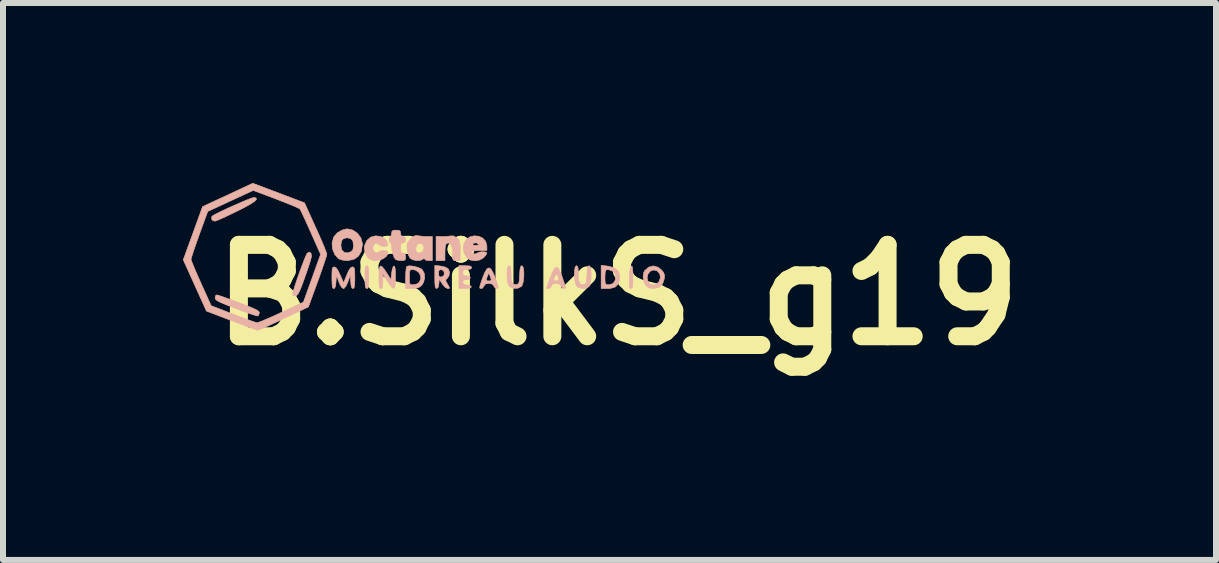
<source format=kicad_pcb>
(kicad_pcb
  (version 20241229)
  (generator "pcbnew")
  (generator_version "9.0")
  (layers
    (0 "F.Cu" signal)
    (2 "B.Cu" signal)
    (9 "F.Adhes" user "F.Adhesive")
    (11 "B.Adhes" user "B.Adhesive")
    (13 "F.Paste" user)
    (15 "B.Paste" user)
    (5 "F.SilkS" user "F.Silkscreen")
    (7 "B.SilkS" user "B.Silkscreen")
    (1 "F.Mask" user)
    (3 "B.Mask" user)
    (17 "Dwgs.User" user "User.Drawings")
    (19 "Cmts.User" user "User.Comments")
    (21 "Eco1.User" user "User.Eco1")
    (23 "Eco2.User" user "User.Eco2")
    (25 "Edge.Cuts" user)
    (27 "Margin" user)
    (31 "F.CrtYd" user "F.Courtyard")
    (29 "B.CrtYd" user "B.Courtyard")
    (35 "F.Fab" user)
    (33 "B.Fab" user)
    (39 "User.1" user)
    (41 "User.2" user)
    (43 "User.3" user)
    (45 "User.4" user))
  (footprint "B.SilkS_g19"
    (layer "F.Cu")
    (at 7.246 1.866)
    (property "Reference" "B.SilkS_g19" (at 0 0 0) (layer "F.SilkS") (effects (font (size 1.524 1.524) (thickness 0.3))))
    (attr through_hole)
    (fp_poly (pts (xy 0.241 -0.475) (xy 0.249 -0.44) (xy 0.253 -0.373) (xy 0.254 -0.298) (xy 0.253 -0.205) (xy 0.249 -0.147) (xy 0.24 -0.116) (xy 0.226 -0.106) (xy 0.221 -0.106) (xy 0.206 -0.112) (xy 0.197 -0.136) (xy 0.193 -0.186) (xy 0.194 -0.268) (xy 0.195 -0.289) (xy 0.201 -0.395) (xy 0.213 -0.458) (xy 0.228 -0.482) (xy 0.241 -0.475)) (stroke (width 0.01) (type solid)) (fill yes) (layer "B.SilkS"))
    (fp_poly (pts (xy -4.165 -0.479) (xy -4.155 -0.452) (xy -4.15 -0.398) (xy -4.149 -0.31) (xy -4.149 -0.296) (xy -4.15 -0.203) (xy -4.154 -0.146) (xy -4.163 -0.115) (xy -4.178 -0.106) (xy -4.18 -0.106) (xy -4.196 -0.113) (xy -4.206 -0.14) (xy -4.211 -0.194) (xy -4.212 -0.282) (xy -4.212 -0.296) (xy -4.211 -0.389) (xy -4.206 -0.447) (xy -4.197 -0.477) (xy -4.183 -0.487) (xy -4.18 -0.487) (xy -4.165 -0.479)) (stroke (width 0.01) (type solid)) (fill yes) (layer "B.SilkS"))
    (fp_poly (pts (xy -6.025 -1.613) (xy -6.022 -1.592) (xy -6.051 -1.561) (xy -6.114 -1.518) (xy -6.212 -1.463) (xy -6.348 -1.394) (xy -6.35 -1.393) (xy -6.46 -1.34) (xy -6.559 -1.293) (xy -6.639 -1.258) (xy -6.695 -1.235) (xy -6.716 -1.229) (xy -6.754 -1.244) (xy -6.766 -1.261) (xy -6.768 -1.299) (xy -6.76 -1.312) (xy -6.73 -1.332) (xy -6.67 -1.363) (xy -6.588 -1.403) (xy -6.492 -1.448) (xy -6.389 -1.494) (xy -6.288 -1.538) (xy -6.197 -1.577) (xy -6.122 -1.606) (xy -6.073 -1.623) (xy -6.058 -1.626) (xy -6.025 -1.613)) (stroke (width 0.01) (type solid)) (fill yes) (layer "B.SilkS"))
    (fp_poly (pts (xy -5.112 -0.696) (xy -5.103 -0.65) (xy -5.11 -0.614) (xy -5.129 -0.547) (xy -5.158 -0.457) (xy -5.194 -0.351) (xy -5.214 -0.296) (xy -5.257 -0.177) (xy -5.29 -0.092) (xy -5.316 -0.036) (xy -5.338 -0.003) (xy -5.357 0.013) (xy -5.371 0.017) (xy -5.41 0.012) (xy -5.419 -0.011) (xy -5.412 -0.047) (xy -5.392 -0.112) (xy -5.364 -0.2) (xy -5.33 -0.3) (xy -5.293 -0.404) (xy -5.255 -0.505) (xy -5.222 -0.592) (xy -5.194 -0.658) (xy -5.176 -0.693) (xy -5.174 -0.696) (xy -5.14 -0.714) (xy -5.112 -0.696)) (stroke (width 0.01) (type solid)) (fill yes) (layer "B.SilkS"))
    (fp_poly (pts (xy -6.656 0.007) (xy -6.596 0.026) (xy -6.51 0.057) (xy -6.406 0.095) (xy -6.312 0.13) (xy -6.186 0.178) (xy -6.095 0.215) (xy -6.033 0.243) (xy -5.995 0.265) (xy -5.977 0.283) (xy -5.973 0.3) (xy -5.973 0.303) (xy -5.988 0.341) (xy -6.001 0.352) (xy -6.027 0.346) (xy -6.085 0.328) (xy -6.169 0.299) (xy -6.272 0.262) (xy -6.366 0.226) (xy -6.491 0.178) (xy -6.583 0.141) (xy -6.645 0.113) (xy -6.683 0.091) (xy -6.703 0.072) (xy -6.71 0.053) (xy -6.71 0.048) (xy -6.7 0.01) (xy -6.683 -0.000464) (xy -6.656 0.007)) (stroke (width 0.01) (type solid)) (fill yes) (layer "B.SilkS"))
    (fp_poly (pts (xy -2.682 -0.952) (xy -2.653 -0.926) (xy -2.636 -0.898) (xy -2.628 -0.855) (xy -2.625 -0.788) (xy -2.625 -0.739) (xy -2.625 -0.572) (xy -2.688 -0.572) (xy -2.724 -0.573) (xy -2.743 -0.585) (xy -2.75 -0.617) (xy -2.752 -0.68) (xy -2.752 -0.696) (xy -2.76 -0.79) (xy -2.783 -0.847) (xy -2.822 -0.865) (xy -2.847 -0.86) (xy -2.865 -0.841) (xy -2.875 -0.796) (xy -2.879 -0.718) (xy -2.879 -0.71) (xy -2.879 -0.572) (xy -3.027 -0.572) (xy -3.027 -0.976) (xy -2.937 -0.972) (xy -2.866 -0.973) (xy -2.804 -0.98) (xy -2.793 -0.983) (xy -2.736 -0.983) (xy -2.682 -0.952)) (stroke (width 0.01) (type solid)) (fill yes) (layer "B.SilkS"))
    (fp_poly (pts (xy -2.473 -0.483) (xy -2.441 -0.472) (xy -2.434 -0.455) (xy -2.45 -0.432) (xy -2.502 -0.423) (xy -2.508 -0.423) (xy -2.558 -0.419) (xy -2.579 -0.402) (xy -2.582 -0.37) (xy -2.575 -0.333) (xy -2.546 -0.319) (xy -2.519 -0.318) (xy -2.468 -0.308) (xy -2.455 -0.286) (xy -2.474 -0.261) (xy -2.519 -0.254) (xy -2.566 -0.247) (xy -2.582 -0.222) (xy -2.582 -0.213) (xy -2.57 -0.182) (xy -2.527 -0.167) (xy -2.515 -0.165) (xy -2.457 -0.153) (xy -2.437 -0.135) (xy -2.453 -0.118) (xy -2.504 -0.107) (xy -2.538 -0.106) (xy -2.646 -0.106) (xy -2.646 -0.487) (xy -2.54 -0.487) (xy -2.473 -0.483)) (stroke (width 0.01) (type solid)) (fill yes) (layer "B.SilkS"))
    (fp_poly (pts (xy -0.164 -0.48) (xy -0.062 -0.454) (xy 0.004 -0.406) (xy 0.035 -0.335) (xy 0.035 -0.266) (xy 0.011 -0.184) (xy -0.039 -0.133) (xy -0.119 -0.109) (xy -0.172 -0.106) (xy -0.275 -0.106) (xy -0.275 -0.296) (xy -0.212 -0.296) (xy -0.211 -0.226) (xy -0.205 -0.188) (xy -0.189 -0.173) (xy -0.159 -0.169) (xy -0.149 -0.169) (xy -0.085 -0.186) (xy -0.051 -0.222) (xy -0.028 -0.288) (xy -0.039 -0.35) (xy -0.081 -0.395) (xy -0.097 -0.403) (xy -0.156 -0.422) (xy -0.191 -0.418) (xy -0.207 -0.386) (xy -0.212 -0.319) (xy -0.212 -0.296) (xy -0.275 -0.296) (xy -0.275 -0.493) (xy -0.164 -0.48)) (stroke (width 0.01) (type solid)) (fill yes) (layer "B.SilkS"))
    (fp_poly (pts (xy -3.923 -0.467) (xy -3.882 -0.415) (xy -3.852 -0.37) (xy -3.778 -0.254) (xy -3.768 -0.364) (xy -3.757 -0.427) (xy -3.741 -0.471) (xy -3.731 -0.482) (xy -3.717 -0.475) (xy -3.709 -0.44) (xy -3.705 -0.373) (xy -3.704 -0.298) (xy -3.707 -0.194) (xy -3.716 -0.131) (xy -3.734 -0.108) (xy -3.763 -0.124) (xy -3.805 -0.177) (xy -3.838 -0.228) (xy -3.914 -0.349) (xy -3.915 -0.228) (xy -3.918 -0.155) (xy -3.928 -0.118) (xy -3.946 -0.106) (xy -3.948 -0.106) (xy -3.963 -0.113) (xy -3.973 -0.14) (xy -3.978 -0.194) (xy -3.979 -0.282) (xy -3.979 -0.296) (xy -3.977 -0.399) (xy -3.968 -0.461) (xy -3.951 -0.483) (xy -3.923 -0.467)) (stroke (width 0.01) (type solid)) (fill yes) (layer "B.SilkS"))
    (fp_poly (pts (xy -3.945 -0.973) (xy -3.874 -0.932) (xy -3.836 -0.872) (xy -3.831 -0.837) (xy -3.848 -0.812) (xy -3.889 -0.805) (xy -3.939 -0.814) (xy -3.983 -0.839) (xy -4.017 -0.862) (xy -4.047 -0.852) (xy -4.054 -0.846) (xy -4.08 -0.804) (xy -4.079 -0.754) (xy -4.055 -0.715) (xy -4.027 -0.702) (xy -3.99 -0.705) (xy -3.979 -0.718) (xy -3.961 -0.733) (xy -3.915 -0.741) (xy -3.905 -0.741) (xy -3.854 -0.736) (xy -3.833 -0.717) (xy -3.831 -0.7) (xy -3.85 -0.649) (xy -3.9 -0.608) (xy -3.968 -0.581) (xy -4.043 -0.572) (xy -4.114 -0.586) (xy -4.135 -0.595) (xy -4.178 -0.64) (xy -4.21 -0.708) (xy -4.224 -0.782) (xy -4.22 -0.82) (xy -4.181 -0.907) (xy -4.116 -0.963) (xy -4.032 -0.985) (xy -3.945 -0.973)) (stroke (width 0.01) (type solid)) (fill yes) (layer "B.SilkS"))
    (fp_poly (pts (xy -1.578 -0.468) (xy -1.567 -0.419) (xy -1.563 -0.352) (xy -1.566 -0.279) (xy -1.576 -0.21) (xy -1.593 -0.158) (xy -1.605 -0.141) (xy -1.663 -0.112) (xy -1.732 -0.109) (xy -1.792 -0.132) (xy -1.806 -0.145) (xy -1.826 -0.184) (xy -1.838 -0.247) (xy -1.844 -0.319) (xy -1.843 -0.391) (xy -1.834 -0.449) (xy -1.819 -0.483) (xy -1.81 -0.487) (xy -1.792 -0.477) (xy -1.782 -0.443) (xy -1.778 -0.377) (xy -1.778 -0.355) (xy -1.774 -0.262) (xy -1.761 -0.204) (xy -1.736 -0.177) (xy -1.697 -0.172) (xy -1.691 -0.173) (xy -1.665 -0.18) (xy -1.649 -0.197) (xy -1.64 -0.235) (xy -1.636 -0.302) (xy -1.634 -0.333) (xy -1.629 -0.417) (xy -1.619 -0.465) (xy -1.605 -0.485) (xy -1.597 -0.487) (xy -1.578 -0.468)) (stroke (width 0.01) (type solid)) (fill yes) (layer "B.SilkS"))
    (fp_poly (pts (xy -0.458 -0.468) (xy -0.447 -0.419) (xy -0.442 -0.352) (xy -0.444 -0.278) (xy -0.452 -0.209) (xy -0.467 -0.157) (xy -0.478 -0.139) (xy -0.532 -0.11) (xy -0.599 -0.107) (xy -0.66 -0.128) (xy -0.687 -0.153) (xy -0.705 -0.198) (xy -0.717 -0.263) (xy -0.722 -0.337) (xy -0.719 -0.406) (xy -0.709 -0.46) (xy -0.692 -0.486) (xy -0.688 -0.487) (xy -0.67 -0.477) (xy -0.66 -0.443) (xy -0.656 -0.377) (xy -0.656 -0.355) (xy -0.652 -0.262) (xy -0.639 -0.204) (xy -0.615 -0.177) (xy -0.575 -0.172) (xy -0.569 -0.173) (xy -0.543 -0.18) (xy -0.527 -0.197) (xy -0.519 -0.235) (xy -0.514 -0.302) (xy -0.512 -0.333) (xy -0.507 -0.417) (xy -0.498 -0.465) (xy -0.483 -0.485) (xy -0.475 -0.487) (xy -0.458 -0.468)) (stroke (width 0.01) (type solid)) (fill yes) (layer "B.SilkS"))
    (fp_poly (pts (xy 0.671 -0.462) (xy 0.724 -0.422) (xy 0.765 -0.375) (xy 0.78 -0.332) (xy 0.777 -0.271) (xy 0.777 -0.269) (xy 0.749 -0.183) (xy 0.695 -0.129) (xy 0.613 -0.107) (xy 0.592 -0.106) (xy 0.525 -0.115) (xy 0.478 -0.149) (xy 0.467 -0.162) (xy 0.436 -0.227) (xy 0.427 -0.289) (xy 0.491 -0.289) (xy 0.505 -0.221) (xy 0.505 -0.221) (xy 0.543 -0.179) (xy 0.597 -0.167) (xy 0.653 -0.186) (xy 0.69 -0.222) (xy 0.713 -0.288) (xy 0.702 -0.352) (xy 0.659 -0.4) (xy 0.653 -0.404) (xy 0.594 -0.416) (xy 0.543 -0.395) (xy 0.506 -0.35) (xy 0.491 -0.289) (xy 0.427 -0.289) (xy 0.424 -0.304) (xy 0.435 -0.375) (xy 0.45 -0.404) (xy 0.518 -0.463) (xy 0.594 -0.483) (xy 0.671 -0.462)) (stroke (width 0.01) (type solid)) (fill yes) (layer "B.SilkS"))
    (fp_poly (pts (xy -3.405 -0.478) (xy -3.336 -0.461) (xy -3.279 -0.437) (xy -3.258 -0.422) (xy -3.224 -0.36) (xy -3.217 -0.283) (xy -3.236 -0.207) (xy -3.269 -0.158) (xy -3.314 -0.124) (xy -3.368 -0.109) (xy -3.428 -0.106) (xy -3.535 -0.106) (xy -3.535 -0.285) (xy -3.534 -0.296) (xy -3.471 -0.296) (xy -3.47 -0.226) (xy -3.465 -0.188) (xy -3.449 -0.173) (xy -3.418 -0.169) (xy -3.409 -0.169) (xy -3.352 -0.18) (xy -3.314 -0.203) (xy -3.282 -0.259) (xy -3.285 -0.32) (xy -3.315 -0.375) (xy -3.369 -0.413) (xy -3.423 -0.423) (xy -3.45 -0.42) (xy -3.464 -0.403) (xy -3.47 -0.363) (xy -3.471 -0.296) (xy -3.534 -0.296) (xy -3.532 -0.374) (xy -3.525 -0.44) (xy -3.515 -0.475) (xy -3.512 -0.477) (xy -3.47 -0.485) (xy -3.405 -0.478)) (stroke (width 0.01) (type solid)) (fill yes) (layer "B.SilkS"))
    (fp_poly (pts (xy -3.643 -1.076) (xy -3.623 -1.058) (xy -3.619 -1.027) (xy -3.61 -0.985) (xy -3.577 -0.974) (xy -3.544 -0.961) (xy -3.535 -0.921) (xy -3.545 -0.879) (xy -3.577 -0.868) (xy -3.605 -0.861) (xy -3.617 -0.832) (xy -3.619 -0.783) (xy -3.616 -0.728) (xy -3.602 -0.703) (xy -3.577 -0.699) (xy -3.546 -0.689) (xy -3.535 -0.651) (xy -3.535 -0.635) (xy -3.539 -0.591) (xy -3.562 -0.574) (xy -3.604 -0.572) (xy -3.66 -0.577) (xy -3.699 -0.589) (xy -3.699 -0.589) (xy -3.725 -0.624) (xy -3.748 -0.686) (xy -3.764 -0.759) (xy -3.768 -0.809) (xy -3.774 -0.852) (xy -3.789 -0.868) (xy -3.805 -0.886) (xy -3.81 -0.921) (xy -3.803 -0.961) (xy -3.789 -0.974) (xy -3.773 -0.992) (xy -3.768 -1.027) (xy -3.762 -1.062) (xy -3.737 -1.077) (xy -3.694 -1.079) (xy -3.643 -1.076)) (stroke (width 0.01) (type solid)) (fill yes) (layer "B.SilkS"))
    (fp_poly (pts (xy -4.416 -1.081) (xy -4.338 -1.028) (xy -4.281 -0.951) (xy -4.255 -0.857) (xy -4.255 -0.837) (xy -4.272 -0.729) (xy -4.321 -0.646) (xy -4.398 -0.593) (xy -4.499 -0.572) (xy -4.508 -0.572) (xy -4.579 -0.579) (xy -4.638 -0.597) (xy -4.652 -0.605) (xy -4.715 -0.673) (xy -4.752 -0.763) (xy -4.757 -0.822) (xy -4.614 -0.822) (xy -4.599 -0.75) (xy -4.558 -0.708) (xy -4.497 -0.701) (xy -4.444 -0.72) (xy -4.413 -0.754) (xy -4.403 -0.815) (xy -4.403 -0.822) (xy -4.413 -0.897) (xy -4.447 -0.939) (xy -4.507 -0.952) (xy -4.508 -0.953) (xy -4.57 -0.94) (xy -4.604 -0.898) (xy -4.614 -0.823) (xy -4.614 -0.822) (xy -4.757 -0.822) (xy -4.761 -0.862) (xy -4.737 -0.955) (xy -4.726 -0.975) (xy -4.671 -1.036) (xy -4.593 -1.081) (xy -4.513 -1.101) (xy -4.508 -1.101) (xy -4.416 -1.081)) (stroke (width 0.01) (type solid)) (fill yes) (layer "B.SilkS"))
    (fp_poly (pts (xy -3.317 -0.985) (xy -3.317 -0.985) (xy -3.247 -0.975) (xy -3.172 -0.972) (xy -3.17 -0.972) (xy -3.09 -0.975) (xy -3.09 -0.572) (xy -3.154 -0.572) (xy -3.199 -0.579) (xy -3.217 -0.597) (xy -3.217 -0.597) (xy -3.224 -0.612) (xy -3.243 -0.597) (xy -3.29 -0.575) (xy -3.355 -0.572) (xy -3.42 -0.587) (xy -3.461 -0.614) (xy -3.486 -0.661) (xy -3.505 -0.731) (xy -3.508 -0.755) (xy -3.365 -0.755) (xy -3.353 -0.715) (xy -3.351 -0.713) (xy -3.311 -0.698) (xy -3.266 -0.712) (xy -3.239 -0.739) (xy -3.228 -0.791) (xy -3.244 -0.834) (xy -3.278 -0.858) (xy -3.321 -0.855) (xy -3.336 -0.844) (xy -3.359 -0.806) (xy -3.365 -0.755) (xy -3.508 -0.755) (xy -3.509 -0.761) (xy -3.512 -0.827) (xy -3.502 -0.871) (xy -3.472 -0.912) (xy -3.452 -0.933) (xy -3.404 -0.975) (xy -3.365 -0.99) (xy -3.317 -0.985)) (stroke (width 0.01) (type solid)) (fill yes) (layer "B.SilkS"))
    (fp_poly (pts (xy -2.114 -0.432) (xy -2.08 -0.377) (xy -2.05 -0.307) (xy -2.022 -0.232) (xy -2.001 -0.17) (xy -1.991 -0.134) (xy -1.991 -0.132) (xy -2.002 -0.108) (xy -2.029 -0.109) (xy -2.056 -0.132) (xy -2.064 -0.148) (xy -2.088 -0.18) (xy -2.139 -0.19) (xy -2.147 -0.191) (xy -2.201 -0.183) (xy -2.226 -0.156) (xy -2.229 -0.148) (xy -2.252 -0.114) (xy -2.275 -0.106) (xy -2.299 -0.115) (xy -2.296 -0.151) (xy -2.295 -0.153) (xy -2.262 -0.253) (xy -2.189 -0.253) (xy -2.18 -0.236) (xy -2.148 -0.233) (xy -2.115 -0.236) (xy -2.108 -0.256) (xy -2.12 -0.296) (xy -2.137 -0.34) (xy -2.148 -0.36) (xy -2.148 -0.36) (xy -2.159 -0.342) (xy -2.176 -0.3) (xy -2.177 -0.296) (xy -2.189 -0.253) (xy -2.262 -0.253) (xy -2.25 -0.287) (xy -2.212 -0.38) (xy -2.177 -0.435) (xy -2.145 -0.451) (xy -2.114 -0.432)) (stroke (width 0.01) (type solid)) (fill yes) (layer "B.SilkS"))
    (fp_poly (pts (xy -0.988 -0.441) (xy -0.955 -0.378) (xy -0.926 -0.302) (xy -0.899 -0.224) (xy -0.879 -0.162) (xy -0.868 -0.126) (xy -0.868 -0.122) (xy -0.881 -0.105) (xy -0.909 -0.111) (xy -0.935 -0.134) (xy -0.942 -0.148) (xy -0.966 -0.18) (xy -1.017 -0.19) (xy -1.026 -0.191) (xy -1.079 -0.183) (xy -1.104 -0.156) (xy -1.107 -0.148) (xy -1.13 -0.114) (xy -1.152 -0.106) (xy -1.181 -0.109) (xy -1.185 -0.112) (xy -1.179 -0.134) (xy -1.161 -0.185) (xy -1.137 -0.253) (xy -1.066 -0.253) (xy -1.057 -0.236) (xy -1.023 -0.233) (xy -0.986 -0.239) (xy -0.981 -0.264) (xy -0.985 -0.28) (xy -1.006 -0.332) (xy -1.025 -0.341) (xy -1.046 -0.31) (xy -1.052 -0.296) (xy -1.066 -0.253) (xy -1.137 -0.253) (xy -1.135 -0.257) (xy -1.124 -0.287) (xy -1.084 -0.387) (xy -1.05 -0.446) (xy -1.019 -0.464) (xy -0.988 -0.441)) (stroke (width 0.01) (type solid)) (fill yes) (layer "B.SilkS"))
    (fp_poly (pts (xy -4.402 -0.462) (xy -4.39 -0.445) (xy -4.384 -0.406) (xy -4.382 -0.337) (xy -4.381 -0.286) (xy -4.383 -0.195) (xy -4.388 -0.14) (xy -4.398 -0.112) (xy -4.412 -0.106) (xy -4.433 -0.12) (xy -4.445 -0.167) (xy -4.449 -0.217) (xy -4.456 -0.328) (xy -4.497 -0.217) (xy -4.53 -0.145) (xy -4.561 -0.109) (xy -4.572 -0.106) (xy -4.601 -0.126) (xy -4.634 -0.184) (xy -4.647 -0.217) (xy -4.688 -0.328) (xy -4.695 -0.217) (xy -4.703 -0.146) (xy -4.718 -0.112) (xy -4.732 -0.106) (xy -4.747 -0.114) (xy -4.757 -0.145) (xy -4.761 -0.204) (xy -4.763 -0.286) (xy -4.762 -0.374) (xy -4.758 -0.427) (xy -4.749 -0.455) (xy -4.734 -0.465) (xy -4.723 -0.466) (xy -4.693 -0.451) (xy -4.66 -0.404) (xy -4.626 -0.333) (xy -4.568 -0.201) (xy -4.515 -0.333) (xy -4.48 -0.411) (xy -4.45 -0.453) (xy -4.422 -0.466) (xy -4.402 -0.462)) (stroke (width 0.01) (type solid)) (fill yes) (layer "B.SilkS"))
    (fp_poly (pts (xy -2.949 -0.481) (xy -2.87 -0.463) (xy -2.823 -0.433) (xy -2.821 -0.431) (xy -2.803 -0.378) (xy -2.812 -0.319) (xy -2.842 -0.274) (xy -2.849 -0.268) (xy -2.866 -0.252) (xy -2.861 -0.224) (xy -2.835 -0.178) (xy -2.808 -0.132) (xy -2.803 -0.111) (xy -2.819 -0.106) (xy -2.833 -0.106) (xy -2.873 -0.125) (xy -2.918 -0.175) (xy -2.924 -0.185) (xy -2.974 -0.265) (xy -2.98 -0.185) (xy -2.993 -0.126) (xy -3.017 -0.106) (xy -3.018 -0.106) (xy -3.032 -0.114) (xy -3.042 -0.144) (xy -3.047 -0.202) (xy -3.048 -0.295) (xy -3.048 -0.299) (xy -3.048 -0.36) (xy -2.985 -0.36) (xy -2.98 -0.314) (xy -2.961 -0.299) (xy -2.937 -0.3) (xy -2.899 -0.318) (xy -2.889 -0.36) (xy -2.901 -0.403) (xy -2.937 -0.42) (xy -2.97 -0.418) (xy -2.983 -0.393) (xy -2.985 -0.36) (xy -3.048 -0.36) (xy -3.048 -0.492) (xy -2.949 -0.481)) (stroke (width 0.01) (type solid)) (fill yes) (layer "B.SilkS"))
    (fp_poly (pts (xy -2.314 -0.977) (xy -2.249 -0.946) (xy -2.201 -0.894) (xy -2.18 -0.82) (xy -2.18 -0.811) (xy -2.18 -0.741) (xy -2.307 -0.741) (xy -2.377 -0.737) (xy -2.423 -0.729) (xy -2.434 -0.719) (xy -2.417 -0.692) (xy -2.381 -0.682) (xy -2.345 -0.694) (xy -2.344 -0.696) (xy -2.31 -0.712) (xy -2.261 -0.719) (xy -2.213 -0.717) (xy -2.183 -0.705) (xy -2.18 -0.698) (xy -2.194 -0.669) (xy -2.228 -0.628) (xy -2.232 -0.623) (xy -2.298 -0.583) (xy -2.378 -0.569) (xy -2.457 -0.582) (xy -2.514 -0.619) (xy -2.564 -0.702) (xy -2.574 -0.796) (xy -2.563 -0.847) (xy -2.424 -0.847) (xy -2.415 -0.832) (xy -2.374 -0.826) (xy -2.371 -0.826) (xy -2.328 -0.831) (xy -2.317 -0.846) (xy -2.318 -0.847) (xy -2.348 -0.865) (xy -2.371 -0.868) (xy -2.411 -0.858) (xy -2.424 -0.847) (xy -2.563 -0.847) (xy -2.561 -0.858) (xy -2.52 -0.927) (xy -2.459 -0.969) (xy -2.387 -0.985) (xy -2.314 -0.977)) (stroke (width 0.01) (type solid)) (fill yes) (layer "B.SilkS"))
    (fp_poly (pts (xy -5.22 -1.535) (xy -5.034 -1.124) (xy -4.978 -1.001) (xy -4.929 -0.889) (xy -4.89 -0.794) (xy -4.862 -0.724) (xy -4.848 -0.684) (xy -4.847 -0.679) (xy -4.854 -0.649) (xy -4.874 -0.586) (xy -4.904 -0.497) (xy -4.942 -0.386) (xy -4.986 -0.262) (xy -5.001 -0.222) (xy -5.155 0.2) (xy -5.567 0.395) (xy -5.69 0.453) (xy -5.8 0.504) (xy -5.891 0.545) (xy -5.958 0.574) (xy -5.996 0.588) (xy -6.001 0.589) (xy -6.026 0.581) (xy -6.085 0.561) (xy -6.171 0.529) (xy -6.277 0.489) (xy -6.399 0.443) (xy -6.438 0.428) (xy -6.855 0.269) (xy -7.048 -0.158) (xy -7.241 -0.586) (xy -7.238 -0.593) (xy -7.112 -0.593) (xy -7.103 -0.564) (xy -7.079 -0.504) (xy -7.044 -0.418) (xy -6.998 -0.313) (xy -6.946 -0.197) (xy -6.944 -0.191) (xy -6.776 0.18) (xy -6.41 0.321) (xy -6.292 0.365) (xy -6.186 0.405) (xy -6.099 0.436) (xy -6.039 0.456) (xy -6.011 0.464) (xy -5.983 0.456) (xy -5.923 0.433) (xy -5.838 0.397) (xy -5.733 0.351) (xy -5.617 0.297) (xy -5.609 0.293) (xy -5.238 0.12) (xy -4.952 -0.676) (xy -5.115 -1.042) (xy -5.167 -1.158) (xy -5.214 -1.262) (xy -5.254 -1.346) (xy -5.282 -1.405) (xy -5.296 -1.431) (xy -5.296 -1.432) (xy -5.321 -1.446) (xy -5.379 -1.473) (xy -5.463 -1.508) (xy -5.569 -1.55) (xy -5.688 -1.596) (xy -5.695 -1.599) (xy -6.076 -1.742) (xy -6.455 -1.566) (xy -6.833 -1.391) (xy -6.973 -1.008) (xy -7.016 -0.887) (xy -7.054 -0.778) (xy -7.084 -0.688) (xy -7.104 -0.625) (xy -7.112 -0.593) (xy -7.112 -0.593) (xy -7.238 -0.593) (xy -7.08 -1.028) (xy -6.92 -1.471) (xy -6.082 -1.861) (xy -5.22 -1.535)) (stroke (width 0.01) (type solid)) (fill yes) (layer "B.SilkS")))
  (gr_rect
    (start -3 -3)
    (end 17.22 6.284)
    (stroke (width 0.1) (type default))
    (fill no)
    (layer "Edge.Cuts")))
</source>
